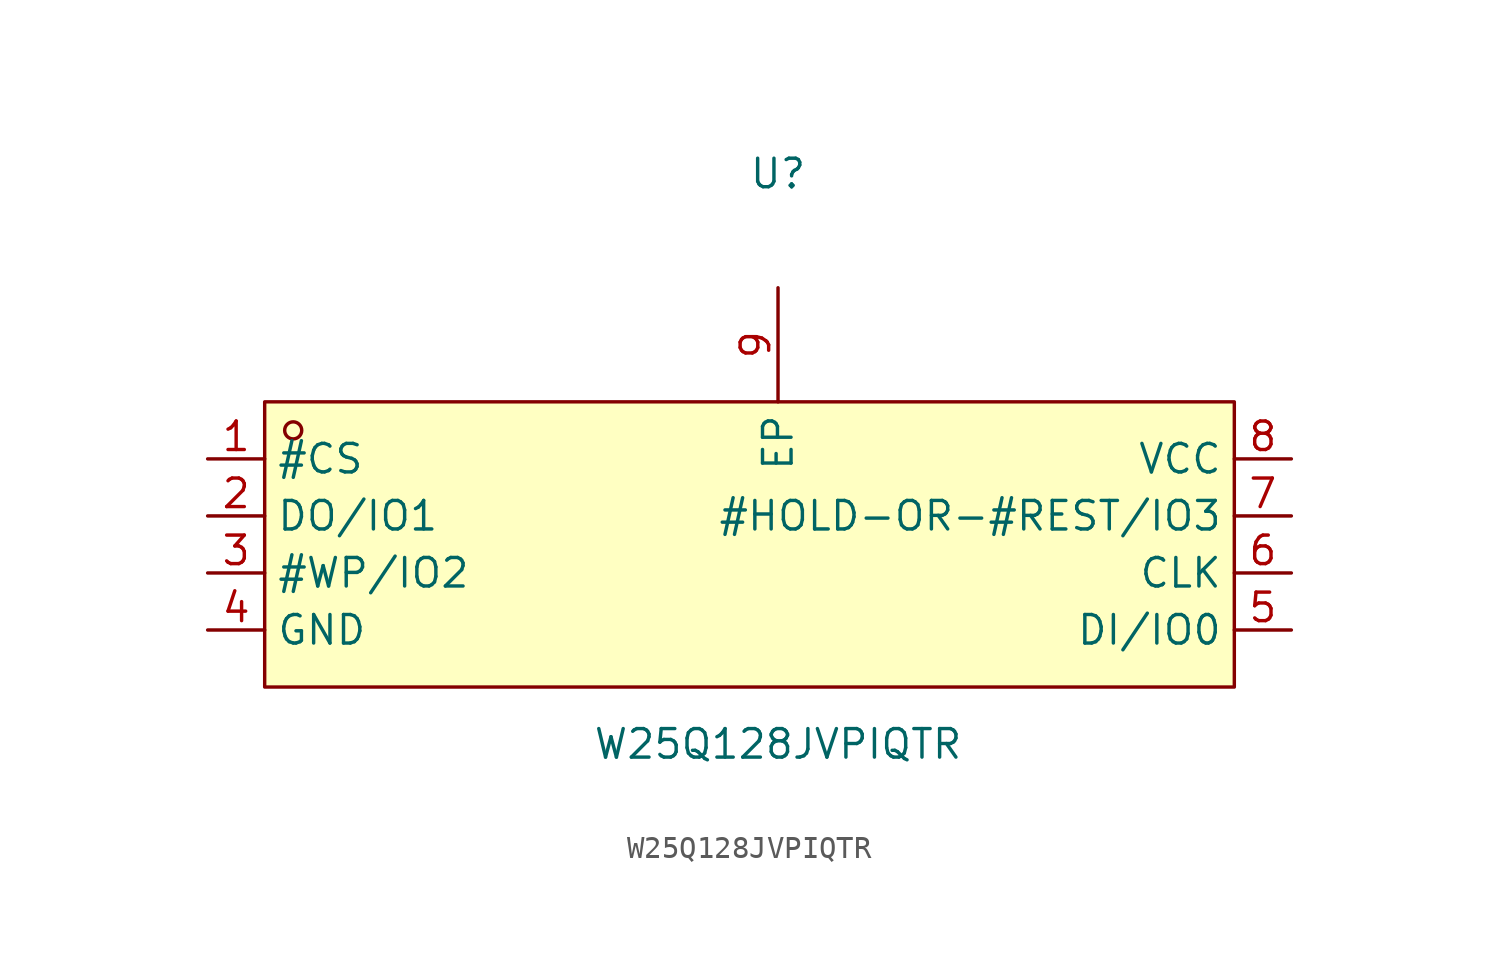
<source format=kicad_sym>
(kicad_symbol_lib
  (version 20211014)
  (generator https://github.com/uPesy/easyeda2kicad.py)
  (symbol "W25Q128JVPIQTR"
    (property "Reference" "U"
      (at 0 17.78 0)
      (effects (font (size 1.27 1.27))))
    (property "Value" "W25Q128JVPIQTR"
      (at 0 -7.62 0)
      (effects (font (size 1.27 1.27))))
    (symbol "W25Q128JVPIQTR_0_1"
      (rectangle (start -22.86 7.62) (end 20.32 -5.08) (stroke (width 0) (type default) (color 0 0 0 0)) (fill (type background)))
      (circle (center -21.59 6.35) (radius 0.38) (stroke (width 0) (type default) (color 0 0 0 0)) (fill (type none)))
      (pin unspecified line (at -25.40 5.08 0) (length 2.54) (name "#CS" (effects (font (size 1.27 1.27)))) (number "1" (effects (font (size 1.27 1.27)))))
      (pin unspecified line (at -25.40 2.54 0) (length 2.54) (name "DO/IO1" (effects (font (size 1.27 1.27)))) (number "2" (effects (font (size 1.27 1.27)))))
      (pin unspecified line (at -25.40 -0.00 0) (length 2.54) (name "#WP/IO2" (effects (font (size 1.27 1.27)))) (number "3" (effects (font (size 1.27 1.27)))))
      (pin unspecified line (at -25.40 -2.54 0) (length 2.54) (name "GND" (effects (font (size 1.27 1.27)))) (number "4" (effects (font (size 1.27 1.27)))))
      (pin unspecified line (at 22.86 -2.54 180) (length 2.54) (name "DI/IO0" (effects (font (size 1.27 1.27)))) (number "5" (effects (font (size 1.27 1.27)))))
      (pin unspecified line (at 22.86 -0.00 180) (length 2.54) (name "CLK" (effects (font (size 1.27 1.27)))) (number "6" (effects (font (size 1.27 1.27)))))
      (pin unspecified line (at 22.86 2.54 180) (length 2.54) (name "#HOLD-OR-#REST/IO3" (effects (font (size 1.27 1.27)))) (number "7" (effects (font (size 1.27 1.27)))))
      (pin unspecified line (at 22.86 5.08 180) (length 2.54) (name "VCC" (effects (font (size 1.27 1.27)))) (number "8" (effects (font (size 1.27 1.27)))))
      (pin unspecified line (at 0.00 12.70 270) (length 5.08) (name "EP" (effects (font (size 1.27 1.27)))) (number "9" (effects (font (size 1.27 1.27))))))))
</source>
